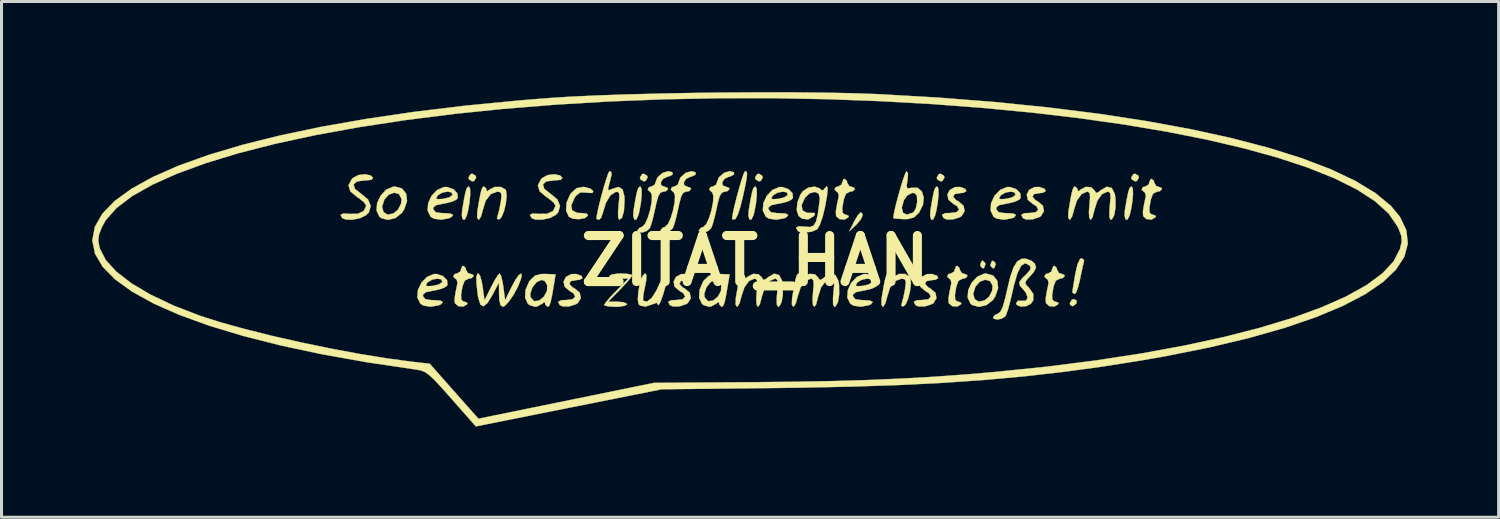
<source format=kicad_pcb>
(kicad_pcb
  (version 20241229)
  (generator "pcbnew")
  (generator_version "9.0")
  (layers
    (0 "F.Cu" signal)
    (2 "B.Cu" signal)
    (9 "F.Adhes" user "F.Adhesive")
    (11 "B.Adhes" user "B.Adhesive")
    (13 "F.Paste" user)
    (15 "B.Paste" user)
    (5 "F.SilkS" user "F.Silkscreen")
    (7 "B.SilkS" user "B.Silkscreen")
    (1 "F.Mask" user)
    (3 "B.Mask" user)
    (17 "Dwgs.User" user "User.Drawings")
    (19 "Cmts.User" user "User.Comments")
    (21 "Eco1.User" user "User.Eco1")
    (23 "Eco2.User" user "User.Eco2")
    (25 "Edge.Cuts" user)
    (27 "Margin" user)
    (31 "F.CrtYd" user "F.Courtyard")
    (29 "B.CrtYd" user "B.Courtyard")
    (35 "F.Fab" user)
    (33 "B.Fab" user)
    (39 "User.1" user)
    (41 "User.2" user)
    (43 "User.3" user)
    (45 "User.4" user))
  (footprint "ZITAT_HAN"
    (layer "F.Cu")
    (at 21.934 5.577)
    (property "Reference" "ZITAT_HAN" (at 0 0 0) (layer "F.SilkS") (effects (font (size 1.524 1.524) (thickness 0.3))))
    (attr through_hole)
    (fp_poly (pts (xy 10.641 1.319) (xy 10.626 1.421) (xy 10.515 1.505) (xy 10.428 1.468) (xy 10.414 1.404) (xy 10.482 1.287) (xy 10.548 1.27) (xy 10.641 1.319)) (stroke (width 0.01) (type solid)) (fill yes) (layer "F.SilkS"))
    (fp_poly (pts (xy -9.243 -2.811) (xy -9.229 -2.752) (xy -9.296 -2.639) (xy -9.356 -2.625) (xy -9.468 -2.692) (xy -9.483 -2.752) (xy -9.415 -2.864) (xy -9.356 -2.879) (xy -9.243 -2.811)) (stroke (width 0.01) (type solid)) (fill yes) (layer "F.SilkS"))
    (fp_poly (pts (xy -3.571 -2.811) (xy -3.556 -2.752) (xy -3.624 -2.639) (xy -3.683 -2.625) (xy -3.795 -2.692) (xy -3.81 -2.752) (xy -3.742 -2.864) (xy -3.683 -2.879) (xy -3.571 -2.811)) (stroke (width 0.01) (type solid)) (fill yes) (layer "F.SilkS"))
    (fp_poly (pts (xy 0.239 -2.811) (xy 0.254 -2.752) (xy 0.186 -2.639) (xy 0.127 -2.625) (xy 0.015 -2.692) (xy 0 -2.752) (xy 0.068 -2.864) (xy 0.127 -2.879) (xy 0.239 -2.811)) (stroke (width 0.01) (type solid)) (fill yes) (layer "F.SilkS"))
    (fp_poly (pts (xy 6.251 -2.811) (xy 6.265 -2.752) (xy 6.198 -2.639) (xy 6.138 -2.625) (xy 6.026 -2.692) (xy 6.011 -2.752) (xy 6.079 -2.864) (xy 6.138 -2.879) (xy 6.251 -2.811)) (stroke (width 0.01) (type solid)) (fill yes) (layer "F.SilkS"))
    (fp_poly (pts (xy 7.61 0.069) (xy 7.62 0.127) (xy 7.574 0.24) (xy 7.535 0.254) (xy 7.46 0.185) (xy 7.451 0.127) (xy 7.496 0.014) (xy 7.535 0) (xy 7.61 0.069)) (stroke (width 0.01) (type solid)) (fill yes) (layer "F.SilkS"))
    (fp_poly (pts (xy 7.949 0.069) (xy 7.959 0.127) (xy 7.913 0.24) (xy 7.874 0.254) (xy 7.799 0.185) (xy 7.789 0.127) (xy 7.835 0.014) (xy 7.874 0) (xy 7.949 0.069)) (stroke (width 0.01) (type solid)) (fill yes) (layer "F.SilkS"))
    (fp_poly (pts (xy 12.685 -2.811) (xy 12.7 -2.752) (xy 12.632 -2.639) (xy 12.573 -2.625) (xy 12.461 -2.692) (xy 12.446 -2.752) (xy 12.514 -2.864) (xy 12.573 -2.879) (xy 12.685 -2.811)) (stroke (width 0.01) (type solid)) (fill yes) (layer "F.SilkS"))
    (fp_poly (pts (xy 3.552 -1.553) (xy 3.556 -1.496) (xy 3.498 -1.367) (xy 3.358 -1.2) (xy 3.336 -1.179) (xy 3.116 -0.974) (xy 3.273 -1.289) (xy 3.403 -1.512) (xy 3.5 -1.603) (xy 3.552 -1.553)) (stroke (width 0.01) (type solid)) (fill yes) (layer "F.SilkS"))
    (fp_poly (pts (xy -9.429 -2.381) (xy -9.425 -2.189) (xy -9.449 -1.93) (xy -9.498 -1.651) (xy -9.536 -1.503) (xy -9.605 -1.361) (xy -9.668 -1.364) (xy -9.703 -1.486) (xy -9.692 -1.672) (xy -9.629 -2.043) (xy -9.581 -2.276) (xy -9.538 -2.402) (xy -9.493 -2.451) (xy -9.466 -2.455) (xy -9.429 -2.381)) (stroke (width 0.01) (type solid)) (fill yes) (layer "F.SilkS"))
    (fp_poly (pts (xy -3.757 -2.381) (xy -3.752 -2.189) (xy -3.776 -1.93) (xy -3.825 -1.651) (xy -3.863 -1.503) (xy -3.932 -1.361) (xy -3.996 -1.364) (xy -4.031 -1.486) (xy -4.02 -1.672) (xy -3.957 -2.043) (xy -3.908 -2.276) (xy -3.866 -2.402) (xy -3.82 -2.451) (xy -3.794 -2.455) (xy -3.757 -2.381)) (stroke (width 0.01) (type solid)) (fill yes) (layer "F.SilkS"))
    (fp_poly (pts (xy 0.053 -2.381) (xy 0.058 -2.189) (xy 0.034 -1.93) (xy -0.015 -1.651) (xy -0.053 -1.503) (xy -0.122 -1.361) (xy -0.186 -1.364) (xy -0.221 -1.486) (xy -0.21 -1.672) (xy -0.147 -2.043) (xy -0.098 -2.276) (xy -0.056 -2.402) (xy -0.01 -2.451) (xy 0.016 -2.455) (xy 0.053 -2.381)) (stroke (width 0.01) (type solid)) (fill yes) (layer "F.SilkS"))
    (fp_poly (pts (xy 6.065 -2.381) (xy 6.069 -2.189) (xy 6.045 -1.93) (xy 5.996 -1.651) (xy 5.958 -1.503) (xy 5.889 -1.361) (xy 5.826 -1.364) (xy 5.791 -1.486) (xy 5.802 -1.672) (xy 5.865 -2.043) (xy 5.913 -2.276) (xy 5.956 -2.402) (xy 6.001 -2.451) (xy 6.028 -2.455) (xy 6.065 -2.381)) (stroke (width 0.01) (type solid)) (fill yes) (layer "F.SilkS"))
    (fp_poly (pts (xy 12.499 -2.381) (xy 12.504 -2.189) (xy 12.48 -1.93) (xy 12.431 -1.651) (xy 12.393 -1.503) (xy 12.324 -1.361) (xy 12.26 -1.364) (xy 12.225 -1.486) (xy 12.236 -1.672) (xy 12.299 -2.043) (xy 12.348 -2.276) (xy 12.39 -2.402) (xy 12.436 -2.451) (xy 12.462 -2.455) (xy 12.499 -2.381)) (stroke (width 0.01) (type solid)) (fill yes) (layer "F.SilkS"))
    (fp_poly (pts (xy 10.885 -0.026) (xy 10.882 0.021) (xy 10.848 0.158) (xy 10.795 0.401) (xy 10.752 0.614) (xy 10.688 0.874) (xy 10.622 1.051) (xy 10.577 1.101) (xy 10.5 1.054) (xy 10.499 1.044) (xy 10.512 0.937) (xy 10.548 0.714) (xy 10.592 0.451) (xy 10.668 0.117) (xy 10.752 -0.058) (xy 10.801 -0.085) (xy 10.885 -0.026)) (stroke (width 0.01) (type solid)) (fill yes) (layer "F.SilkS"))
    (fp_poly (pts (xy -0.284 -2.948) (xy -0.265 -2.882) (xy -0.278 -2.738) (xy -0.324 -2.488) (xy -0.407 -2.102) (xy -0.412 -2.08) (xy -0.493 -1.764) (xy -0.575 -1.518) (xy -0.646 -1.386) (xy -0.661 -1.374) (xy -0.754 -1.37) (xy -0.762 -1.384) (xy -0.741 -1.538) (xy -0.688 -1.788) (xy -0.612 -2.091) (xy -0.527 -2.403) (xy -0.445 -2.681) (xy -0.376 -2.882) (xy -0.332 -2.963) (xy -0.331 -2.963) (xy -0.284 -2.948)) (stroke (width 0.01) (type solid)) (fill yes) (layer "F.SilkS"))
    (fp_poly (pts (xy -5.745 0.498) (xy -5.708 0.577) (xy -5.809 0.633) (xy -5.896 0.638) (xy -6.095 0.673) (xy -6.147 0.764) (xy -6.042 0.878) (xy -5.971 0.915) (xy -5.802 1.058) (xy -5.766 1.239) (xy -5.868 1.402) (xy -5.921 1.436) (xy -6.145 1.511) (xy -6.358 1.514) (xy -6.463 1.468) (xy -6.517 1.359) (xy -6.413 1.305) (xy -6.253 1.3) (xy -6.036 1.273) (xy -5.953 1.186) (xy -6.017 1.072) (xy -6.132 1.004) (xy -6.3 0.863) (xy -6.337 0.691) (xy -6.258 0.535) (xy -6.083 0.442) (xy -5.917 0.438) (xy -5.745 0.498)) (stroke (width 0.01) (type solid)) (fill yes) (layer "F.SilkS"))
    (fp_poly (pts (xy -5.648 -2.439) (xy -5.455 -2.39) (xy -5.355 -2.308) (xy -5.355 -2.308) (xy -5.381 -2.241) (xy -5.541 -2.247) (xy -5.573 -2.253) (xy -5.778 -2.262) (xy -5.919 -2.157) (xy -5.968 -2.088) (xy -6.082 -1.838) (xy -6.053 -1.666) (xy -5.887 -1.584) (xy -5.771 -1.579) (xy -5.576 -1.563) (xy -5.526 -1.496) (xy -5.527 -1.495) (xy -5.631 -1.411) (xy -5.823 -1.374) (xy -6.028 -1.389) (xy -6.16 -1.452) (xy -6.254 -1.656) (xy -6.239 -1.922) (xy -6.119 -2.192) (xy -6.086 -2.237) (xy -5.905 -2.403) (xy -5.69 -2.442) (xy -5.648 -2.439)) (stroke (width 0.01) (type solid)) (fill yes) (layer "F.SilkS"))
    (fp_poly (pts (xy -2.104 0.498) (xy -2.067 0.577) (xy -2.169 0.633) (xy -2.255 0.638) (xy -2.454 0.673) (xy -2.506 0.764) (xy -2.401 0.878) (xy -2.331 0.915) (xy -2.161 1.058) (xy -2.125 1.239) (xy -2.227 1.402) (xy -2.28 1.436) (xy -2.505 1.511) (xy -2.718 1.514) (xy -2.822 1.468) (xy -2.876 1.359) (xy -2.773 1.305) (xy -2.613 1.3) (xy -2.395 1.273) (xy -2.313 1.186) (xy -2.377 1.072) (xy -2.491 1.004) (xy -2.66 0.863) (xy -2.696 0.691) (xy -2.617 0.535) (xy -2.442 0.442) (xy -2.276 0.438) (xy -2.104 0.498)) (stroke (width 0.01) (type solid)) (fill yes) (layer "F.SilkS"))
    (fp_poly (pts (xy 6.024 0.498) (xy 6.061 0.577) (xy 5.959 0.633) (xy 5.873 0.638) (xy 5.674 0.673) (xy 5.622 0.764) (xy 5.727 0.878) (xy 5.797 0.915) (xy 5.967 1.058) (xy 6.003 1.239) (xy 5.901 1.402) (xy 5.848 1.436) (xy 5.623 1.511) (xy 5.41 1.514) (xy 5.306 1.468) (xy 5.252 1.359) (xy 5.355 1.305) (xy 5.515 1.3) (xy 5.733 1.273) (xy 5.815 1.186) (xy 5.751 1.072) (xy 5.637 1.004) (xy 5.468 0.863) (xy 5.432 0.691) (xy 5.511 0.535) (xy 5.686 0.442) (xy 5.852 0.438) (xy 6.024 0.498)) (stroke (width 0.01) (type solid)) (fill yes) (layer "F.SilkS"))
    (fp_poly (pts (xy 6.955 -2.381) (xy 6.992 -2.302) (xy 6.891 -2.246) (xy 6.804 -2.24) (xy 6.605 -2.206) (xy 6.553 -2.115) (xy 6.658 -2.001) (xy 6.729 -1.964) (xy 6.898 -1.82) (xy 6.934 -1.64) (xy 6.832 -1.477) (xy 6.779 -1.442) (xy 6.555 -1.368) (xy 6.342 -1.364) (xy 6.237 -1.411) (xy 6.183 -1.519) (xy 6.287 -1.574) (xy 6.447 -1.579) (xy 6.664 -1.606) (xy 6.747 -1.692) (xy 6.683 -1.806) (xy 6.568 -1.875) (xy 6.4 -2.016) (xy 6.363 -2.188) (xy 6.442 -2.344) (xy 6.617 -2.437) (xy 6.783 -2.441) (xy 6.955 -2.381)) (stroke (width 0.01) (type solid)) (fill yes) (layer "F.SilkS"))
    (fp_poly (pts (xy 9.58 -2.381) (xy 9.617 -2.302) (xy 9.515 -2.246) (xy 9.429 -2.24) (xy 9.23 -2.206) (xy 9.178 -2.115) (xy 9.283 -2.001) (xy 9.353 -1.964) (xy 9.523 -1.82) (xy 9.559 -1.64) (xy 9.457 -1.477) (xy 9.404 -1.442) (xy 9.179 -1.368) (xy 8.966 -1.364) (xy 8.862 -1.411) (xy 8.808 -1.519) (xy 8.911 -1.574) (xy 9.071 -1.579) (xy 9.289 -1.606) (xy 9.371 -1.692) (xy 9.307 -1.806) (xy 9.193 -1.875) (xy 9.024 -2.016) (xy 8.988 -2.188) (xy 9.067 -2.344) (xy 9.242 -2.437) (xy 9.408 -2.441) (xy 9.58 -2.381)) (stroke (width 0.01) (type solid)) (fill yes) (layer "F.SilkS"))
    (fp_poly (pts (xy -4.218 0.435) (xy -4.081 0.466) (xy -4.064 0.484) (xy -4.119 0.571) (xy -4.264 0.739) (xy -4.463 0.95) (xy -4.862 1.355) (xy -4.548 1.355) (xy -4.345 1.375) (xy -4.238 1.425) (xy -4.233 1.439) (xy -4.309 1.49) (xy -4.5 1.52) (xy -4.614 1.524) (xy -4.842 1.512) (xy -4.978 1.481) (xy -4.995 1.463) (xy -4.94 1.377) (xy -4.796 1.208) (xy -4.596 0.998) (xy -4.197 0.593) (xy -4.512 0.593) (xy -4.715 0.573) (xy -4.821 0.523) (xy -4.826 0.508) (xy -4.75 0.458) (xy -4.559 0.427) (xy -4.445 0.423) (xy -4.218 0.435)) (stroke (width 0.01) (type solid)) (fill yes) (layer "F.SilkS"))
    (fp_poly (pts (xy -11.681 -2.39) (xy -11.544 -2.217) (xy -11.516 -1.976) (xy -11.607 -1.703) (xy -11.69 -1.578) (xy -11.902 -1.411) (xy -12.151 -1.352) (xy -12.376 -1.413) (xy -12.429 -1.456) (xy -12.526 -1.659) (xy -12.516 -1.782) (xy -12.342 -1.782) (xy -12.292 -1.606) (xy -12.155 -1.525) (xy -11.966 -1.566) (xy -11.817 -1.686) (xy -11.714 -1.886) (xy -11.698 -2.046) (xy -11.783 -2.205) (xy -11.941 -2.251) (xy -12.121 -2.186) (xy -12.266 -2.024) (xy -12.342 -1.782) (xy -12.516 -1.782) (xy -12.506 -1.907) (xy -12.391 -2.152) (xy -12.208 -2.349) (xy -11.978 -2.451) (xy -11.916 -2.455) (xy -11.681 -2.39)) (stroke (width 0.01) (type solid)) (fill yes) (layer "F.SilkS"))
    (fp_poly (pts (xy 7.877 0.489) (xy 8.014 0.661) (xy 8.042 0.903) (xy 7.951 1.175) (xy 7.868 1.301) (xy 7.656 1.468) (xy 7.407 1.526) (xy 7.182 1.465) (xy 7.129 1.422) (xy 7.032 1.22) (xy 7.042 1.097) (xy 7.216 1.097) (xy 7.266 1.272) (xy 7.403 1.354) (xy 7.592 1.313) (xy 7.741 1.192) (xy 7.844 0.992) (xy 7.86 0.832) (xy 7.775 0.674) (xy 7.617 0.628) (xy 7.437 0.693) (xy 7.292 0.855) (xy 7.216 1.097) (xy 7.042 1.097) (xy 7.052 0.972) (xy 7.167 0.726) (xy 7.35 0.529) (xy 7.58 0.428) (xy 7.642 0.423) (xy 7.877 0.489)) (stroke (width 0.01) (type solid)) (fill yes) (layer "F.SilkS"))
    (fp_poly (pts (xy -3.596 0.467) (xy -3.6 0.64) (xy -3.648 0.882) (xy -3.696 1.122) (xy -3.708 1.288) (xy -3.698 1.326) (xy -3.574 1.352) (xy -3.424 1.234) (xy -3.27 0.995) (xy -3.202 0.848) (xy -3.069 0.568) (xy -2.974 0.438) (xy -2.92 0.444) (xy -2.911 0.57) (xy -2.951 0.801) (xy -3.044 1.122) (xy -3.095 1.267) (xy -3.165 1.43) (xy -3.207 1.474) (xy -3.211 1.458) (xy -3.255 1.392) (xy -3.381 1.436) (xy -3.625 1.518) (xy -3.807 1.484) (xy -3.856 1.433) (xy -3.88 1.289) (xy -3.865 1.051) (xy -3.821 0.789) (xy -3.758 0.572) (xy -3.727 0.51) (xy -3.64 0.417) (xy -3.596 0.467)) (stroke (width 0.01) (type solid)) (fill yes) (layer "F.SilkS"))
    (fp_poly (pts (xy -9.577 0.238) (xy -9.567 0.296) (xy -9.5 0.409) (xy -9.44 0.423) (xy -9.328 0.469) (xy -9.313 0.508) (xy -9.384 0.578) (xy -9.472 0.593) (xy -9.609 0.66) (xy -9.684 0.857) (xy -9.729 1.139) (xy -9.719 1.293) (xy -9.648 1.351) (xy -9.605 1.355) (xy -9.517 1.396) (xy -9.525 1.439) (xy -9.655 1.517) (xy -9.823 1.502) (xy -9.934 1.403) (xy -9.943 1.248) (xy -9.906 1.016) (xy -9.892 0.962) (xy -9.846 0.73) (xy -9.875 0.622) (xy -9.897 0.61) (xy -9.987 0.528) (xy -9.944 0.442) (xy -9.864 0.423) (xy -9.751 0.356) (xy -9.737 0.296) (xy -9.691 0.184) (xy -9.652 0.169) (xy -9.577 0.238)) (stroke (width 0.01) (type solid)) (fill yes) (layer "F.SilkS"))
    (fp_poly (pts (xy 3.038 -2.641) (xy 3.048 -2.582) (xy 3.116 -2.47) (xy 3.175 -2.455) (xy 3.288 -2.41) (xy 3.302 -2.371) (xy 3.232 -2.3) (xy 3.143 -2.286) (xy 3.007 -2.218) (xy 2.932 -2.021) (xy 2.886 -1.739) (xy 2.896 -1.586) (xy 2.968 -1.528) (xy 3.011 -1.524) (xy 3.098 -1.483) (xy 3.09 -1.439) (xy 2.961 -1.362) (xy 2.792 -1.377) (xy 2.681 -1.475) (xy 2.672 -1.631) (xy 2.71 -1.863) (xy 2.723 -1.917) (xy 2.77 -2.149) (xy 2.74 -2.257) (xy 2.718 -2.269) (xy 2.628 -2.351) (xy 2.671 -2.436) (xy 2.752 -2.455) (xy 2.864 -2.523) (xy 2.879 -2.582) (xy 2.924 -2.695) (xy 2.963 -2.709) (xy 3.038 -2.641)) (stroke (width 0.01) (type solid)) (fill yes) (layer "F.SilkS"))
    (fp_poly (pts (xy 6.764 0.238) (xy 6.773 0.296) (xy 6.841 0.409) (xy 6.9 0.423) (xy 7.013 0.469) (xy 7.027 0.508) (xy 6.957 0.578) (xy 6.869 0.593) (xy 6.732 0.66) (xy 6.657 0.857) (xy 6.612 1.139) (xy 6.622 1.293) (xy 6.693 1.351) (xy 6.736 1.355) (xy 6.824 1.396) (xy 6.816 1.439) (xy 6.686 1.517) (xy 6.518 1.502) (xy 6.406 1.403) (xy 6.398 1.248) (xy 6.435 1.016) (xy 6.449 0.962) (xy 6.495 0.73) (xy 6.466 0.622) (xy 6.444 0.61) (xy 6.354 0.528) (xy 6.396 0.442) (xy 6.477 0.423) (xy 6.589 0.356) (xy 6.604 0.296) (xy 6.65 0.184) (xy 6.689 0.169) (xy 6.764 0.238)) (stroke (width 0.01) (type solid)) (fill yes) (layer "F.SilkS"))
    (fp_poly (pts (xy 9.981 0.238) (xy 9.991 0.296) (xy 10.058 0.409) (xy 10.118 0.423) (xy 10.23 0.469) (xy 10.245 0.508) (xy 10.174 0.578) (xy 10.086 0.593) (xy 9.949 0.66) (xy 9.874 0.857) (xy 9.829 1.139) (xy 9.839 1.293) (xy 9.91 1.351) (xy 9.953 1.355) (xy 10.041 1.396) (xy 10.033 1.439) (xy 9.903 1.517) (xy 9.735 1.502) (xy 9.624 1.403) (xy 9.615 1.248) (xy 9.652 1.016) (xy 9.666 0.962) (xy 9.712 0.73) (xy 9.683 0.622) (xy 9.661 0.61) (xy 9.571 0.528) (xy 9.614 0.442) (xy 9.694 0.423) (xy 9.807 0.356) (xy 9.821 0.296) (xy 9.867 0.184) (xy 9.906 0.169) (xy 9.981 0.238)) (stroke (width 0.01) (type solid)) (fill yes) (layer "F.SilkS"))
    (fp_poly (pts (xy 13.198 -2.641) (xy 13.208 -2.582) (xy 13.276 -2.47) (xy 13.335 -2.455) (xy 13.448 -2.41) (xy 13.462 -2.371) (xy 13.392 -2.3) (xy 13.303 -2.286) (xy 13.167 -2.218) (xy 13.092 -2.021) (xy 13.046 -1.739) (xy 13.056 -1.586) (xy 13.128 -1.528) (xy 13.171 -1.524) (xy 13.258 -1.483) (xy 13.25 -1.439) (xy 13.121 -1.362) (xy 12.952 -1.377) (xy 12.841 -1.475) (xy 12.832 -1.631) (xy 12.87 -1.863) (xy 12.883 -1.917) (xy 12.93 -2.149) (xy 12.9 -2.257) (xy 12.878 -2.269) (xy 12.788 -2.351) (xy 12.831 -2.436) (xy 12.912 -2.455) (xy 13.024 -2.523) (xy 13.039 -2.582) (xy 13.084 -2.695) (xy 13.123 -2.709) (xy 13.198 -2.641)) (stroke (width 0.01) (type solid)) (fill yes) (layer "F.SilkS"))
    (fp_poly (pts (xy -12.72 -2.823) (xy -12.64 -2.742) (xy -12.692 -2.678) (xy -12.889 -2.656) (xy -12.927 -2.657) (xy -13.179 -2.623) (xy -13.285 -2.52) (xy -13.237 -2.375) (xy -13.043 -2.222) (xy -12.809 -2.03) (xy -12.718 -1.813) (xy -12.778 -1.603) (xy -12.866 -1.51) (xy -13.061 -1.412) (xy -13.309 -1.359) (xy -13.536 -1.361) (xy -13.66 -1.411) (xy -13.716 -1.518) (xy -13.622 -1.564) (xy -13.42 -1.55) (xy -13.143 -1.554) (xy -12.946 -1.649) (xy -12.869 -1.818) (xy -12.869 -1.822) (xy -12.936 -1.93) (xy -13.103 -2.066) (xy -13.166 -2.105) (xy -13.393 -2.295) (xy -13.453 -2.495) (xy -13.345 -2.701) (xy -13.3 -2.745) (xy -13.122 -2.836) (xy -12.905 -2.862) (xy -12.72 -2.823)) (stroke (width 0.01) (type solid)) (fill yes) (layer "F.SilkS"))
    (fp_poly (pts (xy -6.455 -2.823) (xy -6.374 -2.742) (xy -6.426 -2.678) (xy -6.624 -2.656) (xy -6.661 -2.657) (xy -6.914 -2.623) (xy -7.02 -2.52) (xy -6.972 -2.375) (xy -6.777 -2.222) (xy -6.544 -2.03) (xy -6.453 -1.813) (xy -6.512 -1.603) (xy -6.601 -1.51) (xy -6.796 -1.412) (xy -7.043 -1.359) (xy -7.271 -1.361) (xy -7.394 -1.411) (xy -7.451 -1.518) (xy -7.357 -1.564) (xy -7.155 -1.55) (xy -6.878 -1.554) (xy -6.681 -1.649) (xy -6.604 -1.818) (xy -6.604 -1.822) (xy -6.671 -1.93) (xy -6.838 -2.066) (xy -6.9 -2.105) (xy -7.128 -2.295) (xy -7.188 -2.495) (xy -7.08 -2.701) (xy -7.035 -2.745) (xy -6.856 -2.836) (xy -6.64 -2.862) (xy -6.455 -2.823)) (stroke (width 0.01) (type solid)) (fill yes) (layer "F.SilkS"))
    (fp_poly (pts (xy -8.895 -2.389) (xy -8.89 -2.354) (xy -8.865 -2.295) (xy -8.788 -2.354) (xy -8.616 -2.441) (xy -8.416 -2.442) (xy -8.265 -2.362) (xy -8.24 -2.319) (xy -8.22 -2.138) (xy -8.247 -1.891) (xy -8.308 -1.639) (xy -8.389 -1.444) (xy -8.459 -1.371) (xy -8.54 -1.382) (xy -8.522 -1.478) (xy -8.472 -1.655) (xy -8.421 -1.906) (xy -8.413 -1.955) (xy -8.39 -2.169) (xy -8.421 -2.264) (xy -8.524 -2.286) (xy -8.527 -2.286) (xy -8.745 -2.207) (xy -8.914 -1.983) (xy -9.01 -1.672) (xy -9.066 -1.468) (xy -9.135 -1.36) (xy -9.152 -1.355) (xy -9.197 -1.43) (xy -9.191 -1.628) (xy -9.184 -1.672) (xy -9.121 -2.044) (xy -9.073 -2.278) (xy -9.032 -2.404) (xy -8.99 -2.451) (xy -8.968 -2.455) (xy -8.895 -2.389)) (stroke (width 0.01) (type solid)) (fill yes) (layer "F.SilkS"))
    (fp_poly (pts (xy -6.602 0.451) (xy -6.651 0.755) (xy -6.713 1.123) (xy -6.761 1.354) (xy -6.803 1.477) (xy -6.847 1.521) (xy -6.865 1.524) (xy -6.938 1.457) (xy -6.943 1.422) (xy -6.968 1.363) (xy -7.044 1.422) (xy -7.211 1.513) (xy -7.281 1.524) (xy -7.459 1.468) (xy -7.518 1.422) (xy -7.61 1.223) (xy -7.602 1.089) (xy -7.437 1.089) (xy -7.425 1.214) (xy -7.312 1.339) (xy -7.147 1.318) (xy -6.991 1.192) (xy -6.886 1) (xy -6.878 0.807) (xy -6.96 0.669) (xy -7.066 0.635) (xy -7.229 0.708) (xy -7.367 0.882) (xy -7.437 1.089) (xy -7.602 1.089) (xy -7.595 0.96) (xy -7.479 0.695) (xy -7.445 0.647) (xy -7.283 0.493) (xy -7.079 0.439) (xy -6.936 0.438) (xy -6.602 0.451)) (stroke (width 0.01) (type solid)) (fill yes) (layer "F.SilkS"))
    (fp_poly (pts (xy -0.844 0.451) (xy -0.893 0.755) (xy -0.956 1.123) (xy -1.004 1.354) (xy -1.046 1.477) (xy -1.09 1.521) (xy -1.107 1.524) (xy -1.181 1.457) (xy -1.185 1.422) (xy -1.21 1.363) (xy -1.287 1.422) (xy -1.453 1.513) (xy -1.524 1.524) (xy -1.702 1.468) (xy -1.761 1.422) (xy -1.852 1.223) (xy -1.845 1.089) (xy -1.68 1.089) (xy -1.668 1.214) (xy -1.555 1.339) (xy -1.389 1.318) (xy -1.234 1.192) (xy -1.129 1) (xy -1.121 0.807) (xy -1.203 0.669) (xy -1.309 0.635) (xy -1.472 0.708) (xy -1.61 0.882) (xy -1.68 1.089) (xy -1.845 1.089) (xy -1.837 0.96) (xy -1.722 0.695) (xy -1.688 0.647) (xy -1.525 0.493) (xy -1.322 0.439) (xy -1.179 0.438) (xy -0.844 0.451)) (stroke (width 0.01) (type solid)) (fill yes) (layer "F.SilkS"))
    (fp_poly (pts (xy 4.483 0.49) (xy 4.487 0.525) (xy 4.512 0.584) (xy 4.589 0.525) (xy 4.761 0.438) (xy 4.961 0.436) (xy 5.112 0.517) (xy 5.138 0.559) (xy 5.158 0.74) (xy 5.13 0.988) (xy 5.069 1.24) (xy 4.989 1.434) (xy 4.918 1.508) (xy 4.838 1.497) (xy 4.855 1.401) (xy 4.905 1.223) (xy 4.956 0.973) (xy 4.964 0.924) (xy 4.988 0.71) (xy 4.956 0.615) (xy 4.854 0.593) (xy 4.85 0.593) (xy 4.632 0.672) (xy 4.463 0.895) (xy 4.367 1.206) (xy 4.311 1.41) (xy 4.242 1.519) (xy 4.226 1.524) (xy 4.18 1.449) (xy 4.186 1.25) (xy 4.193 1.206) (xy 4.256 0.835) (xy 4.304 0.601) (xy 4.345 0.475) (xy 4.388 0.427) (xy 4.409 0.423) (xy 4.483 0.49)) (stroke (width 0.01) (type solid)) (fill yes) (layer "F.SilkS"))
    (fp_poly (pts (xy -7.724 0.505) (xy -7.75 0.614) (xy -7.849 0.863) (xy -7.99 1.123) (xy -8.144 1.349) (xy -8.28 1.494) (xy -8.343 1.524) (xy -8.424 1.471) (xy -8.464 1.294) (xy -8.471 1.122) (xy -8.475 0.72) (xy -8.684 1.122) (xy -8.852 1.398) (xy -8.986 1.508) (xy -9.087 1.454) (xy -9.158 1.234) (xy -9.175 1.131) (xy -9.217 0.767) (xy -9.223 0.544) (xy -9.191 0.44) (xy -9.152 0.423) (xy -9.099 0.499) (xy -9.044 0.695) (xy -9.014 0.868) (xy -8.952 1.312) (xy -8.734 0.868) (xy -8.607 0.629) (xy -8.502 0.468) (xy -8.452 0.423) (xy -8.406 0.499) (xy -8.357 0.695) (xy -8.329 0.864) (xy -8.271 1.305) (xy -8.055 0.864) (xy -7.919 0.616) (xy -7.807 0.464) (xy -7.736 0.422) (xy -7.724 0.505)) (stroke (width 0.01) (type solid)) (fill yes) (layer "F.SilkS"))
    (fp_poly (pts (xy -4.757 -2.94) (xy -4.75 -2.843) (xy -4.799 -2.635) (xy -4.82 -2.561) (xy -4.865 -2.381) (xy -4.841 -2.329) (xy -4.734 -2.375) (xy -4.729 -2.377) (xy -4.517 -2.441) (xy -4.384 -2.36) (xy -4.323 -2.129) (xy -4.318 -1.999) (xy -4.34 -1.634) (xy -4.406 -1.417) (xy -4.497 -1.355) (xy -4.53 -1.431) (xy -4.534 -1.63) (xy -4.518 -1.829) (xy -4.491 -2.097) (xy -4.499 -2.235) (xy -4.549 -2.279) (xy -4.62 -2.273) (xy -4.789 -2.161) (xy -4.936 -1.915) (xy -5.036 -1.587) (xy -5.096 -1.419) (xy -5.166 -1.355) (xy -5.247 -1.383) (xy -5.249 -1.391) (xy -5.229 -1.543) (xy -5.175 -1.792) (xy -5.099 -2.094) (xy -5.014 -2.405) (xy -4.931 -2.682) (xy -4.862 -2.883) (xy -4.819 -2.963) (xy -4.818 -2.963) (xy -4.757 -2.94)) (stroke (width 0.01) (type solid)) (fill yes) (layer "F.SilkS"))
    (fp_poly (pts (xy -10.321 0.512) (xy -10.192 0.644) (xy -10.176 0.792) (xy -10.215 0.851) (xy -10.354 0.921) (xy -10.585 0.98) (xy -10.662 0.992) (xy -10.893 1.041) (xy -10.985 1.116) (xy -10.987 1.176) (xy -10.908 1.273) (xy -10.704 1.303) (xy -10.644 1.303) (xy -10.422 1.317) (xy -10.332 1.367) (xy -10.39 1.439) (xy -10.463 1.473) (xy -10.726 1.522) (xy -10.968 1.486) (xy -11.074 1.422) (xy -11.175 1.217) (xy -11.156 0.971) (xy -11.082 0.814) (xy -10.897 0.814) (xy -10.837 0.842) (xy -10.669 0.832) (xy -10.466 0.785) (xy -10.354 0.707) (xy -10.35 0.699) (xy -10.382 0.617) (xy -10.512 0.593) (xy -10.679 0.624) (xy -10.823 0.705) (xy -10.843 0.726) (xy -10.897 0.814) (xy -11.082 0.814) (xy -11.042 0.729) (xy -10.858 0.537) (xy -10.63 0.44) (xy -10.527 0.439) (xy -10.321 0.512)) (stroke (width 0.01) (type solid)) (fill yes) (layer "F.SilkS"))
    (fp_poly (pts (xy -9.982 -2.367) (xy -9.854 -2.234) (xy -9.838 -2.087) (xy -9.876 -2.028) (xy -10.015 -1.958) (xy -10.246 -1.899) (xy -10.323 -1.887) (xy -10.554 -1.838) (xy -10.646 -1.763) (xy -10.648 -1.703) (xy -10.569 -1.606) (xy -10.366 -1.575) (xy -10.305 -1.576) (xy -10.083 -1.562) (xy -9.993 -1.512) (xy -10.051 -1.44) (xy -10.125 -1.406) (xy -10.387 -1.357) (xy -10.629 -1.392) (xy -10.736 -1.456) (xy -10.837 -1.661) (xy -10.817 -1.908) (xy -10.743 -2.065) (xy -10.558 -2.065) (xy -10.499 -2.037) (xy -10.33 -2.047) (xy -10.128 -2.094) (xy -10.015 -2.172) (xy -10.011 -2.18) (xy -10.044 -2.262) (xy -10.173 -2.285) (xy -10.34 -2.255) (xy -10.484 -2.173) (xy -10.504 -2.152) (xy -10.558 -2.065) (xy -10.743 -2.065) (xy -10.703 -2.15) (xy -10.52 -2.342) (xy -10.292 -2.438) (xy -10.188 -2.44) (xy -9.982 -2.367)) (stroke (width 0.01) (type solid)) (fill yes) (layer "F.SilkS"))
    (fp_poly (pts (xy -2.732 -2.927) (xy -2.728 -2.852) (xy -2.856 -2.787) (xy -2.899 -2.779) (xy -3.041 -2.712) (xy -3.117 -2.598) (xy -3.108 -2.494) (xy -3.012 -2.455) (xy -2.895 -2.411) (xy -2.879 -2.371) (xy -2.949 -2.3) (xy -3.037 -2.286) (xy -3.133 -2.252) (xy -3.206 -2.129) (xy -3.273 -1.883) (xy -3.299 -1.757) (xy -3.367 -1.454) (xy -3.436 -1.203) (xy -3.483 -1.079) (xy -3.592 -0.979) (xy -3.742 -0.932) (xy -3.864 -0.949) (xy -3.895 -1.006) (xy -3.825 -1.087) (xy -3.739 -1.122) (xy -3.645 -1.216) (xy -3.553 -1.416) (xy -3.475 -1.671) (xy -3.424 -1.932) (xy -3.412 -2.146) (xy -3.451 -2.263) (xy -3.463 -2.269) (xy -3.552 -2.351) (xy -3.51 -2.436) (xy -3.429 -2.455) (xy -3.317 -2.52) (xy -3.302 -2.576) (xy -3.23 -2.758) (xy -3.059 -2.907) (xy -2.873 -2.963) (xy -2.732 -2.927)) (stroke (width 0.01) (type solid)) (fill yes) (layer "F.SilkS"))
    (fp_poly (pts (xy -1.97 -2.927) (xy -1.966 -2.852) (xy -2.094 -2.787) (xy -2.137 -2.779) (xy -2.279 -2.712) (xy -2.355 -2.598) (xy -2.346 -2.494) (xy -2.25 -2.455) (xy -2.133 -2.411) (xy -2.117 -2.371) (xy -2.187 -2.3) (xy -2.275 -2.286) (xy -2.371 -2.252) (xy -2.444 -2.129) (xy -2.511 -1.883) (xy -2.537 -1.757) (xy -2.605 -1.454) (xy -2.674 -1.203) (xy -2.721 -1.079) (xy -2.83 -0.979) (xy -2.98 -0.932) (xy -3.102 -0.949) (xy -3.133 -1.006) (xy -3.063 -1.087) (xy -2.977 -1.122) (xy -2.883 -1.216) (xy -2.791 -1.416) (xy -2.713 -1.671) (xy -2.662 -1.932) (xy -2.65 -2.146) (xy -2.689 -2.263) (xy -2.701 -2.269) (xy -2.79 -2.351) (xy -2.748 -2.436) (xy -2.667 -2.455) (xy -2.555 -2.52) (xy -2.54 -2.576) (xy -2.468 -2.758) (xy -2.297 -2.907) (xy -2.111 -2.963) (xy -1.97 -2.927)) (stroke (width 0.01) (type solid)) (fill yes) (layer "F.SilkS"))
    (fp_poly (pts (xy -0.7 -2.927) (xy -0.696 -2.852) (xy -0.824 -2.787) (xy -0.867 -2.779) (xy -1.009 -2.712) (xy -1.085 -2.598) (xy -1.076 -2.494) (xy -0.98 -2.455) (xy -0.863 -2.411) (xy -0.847 -2.371) (xy -0.917 -2.3) (xy -1.005 -2.286) (xy -1.101 -2.252) (xy -1.174 -2.129) (xy -1.241 -1.883) (xy -1.267 -1.757) (xy -1.335 -1.454) (xy -1.404 -1.203) (xy -1.451 -1.079) (xy -1.56 -0.979) (xy -1.71 -0.932) (xy -1.832 -0.949) (xy -1.863 -1.006) (xy -1.793 -1.087) (xy -1.707 -1.122) (xy -1.613 -1.216) (xy -1.521 -1.416) (xy -1.443 -1.671) (xy -1.392 -1.932) (xy -1.38 -2.146) (xy -1.419 -2.263) (xy -1.431 -2.269) (xy -1.52 -2.351) (xy -1.478 -2.436) (xy -1.397 -2.455) (xy -1.285 -2.52) (xy -1.27 -2.576) (xy -1.198 -2.758) (xy -1.027 -2.907) (xy -0.841 -2.963) (xy -0.7 -2.927)) (stroke (width 0.01) (type solid)) (fill yes) (layer "F.SilkS"))
    (fp_poly (pts (xy 1.109 -2.367) (xy 1.238 -2.234) (xy 1.254 -2.087) (xy 1.215 -2.028) (xy 1.076 -1.958) (xy 0.845 -1.899) (xy 0.768 -1.887) (xy 0.537 -1.838) (xy 0.445 -1.763) (xy 0.443 -1.703) (xy 0.522 -1.606) (xy 0.726 -1.575) (xy 0.786 -1.576) (xy 1.008 -1.562) (xy 1.098 -1.512) (xy 1.04 -1.44) (xy 0.967 -1.406) (xy 0.704 -1.357) (xy 0.462 -1.392) (xy 0.356 -1.456) (xy 0.255 -1.661) (xy 0.274 -1.908) (xy 0.348 -2.065) (xy 0.533 -2.065) (xy 0.593 -2.037) (xy 0.761 -2.047) (xy 0.964 -2.094) (xy 1.076 -2.172) (xy 1.08 -2.18) (xy 1.048 -2.262) (xy 0.918 -2.285) (xy 0.751 -2.255) (xy 0.607 -2.173) (xy 0.587 -2.152) (xy 0.533 -2.065) (xy 0.348 -2.065) (xy 0.388 -2.15) (xy 0.572 -2.342) (xy 0.8 -2.438) (xy 0.903 -2.44) (xy 1.109 -2.367)) (stroke (width 0.01) (type solid)) (fill yes) (layer "F.SilkS"))
    (fp_poly (pts (xy 3.903 0.512) (xy 4.032 0.644) (xy 4.048 0.792) (xy 4.009 0.851) (xy 3.87 0.921) (xy 3.639 0.98) (xy 3.562 0.992) (xy 3.331 1.041) (xy 3.239 1.116) (xy 3.237 1.176) (xy 3.316 1.273) (xy 3.52 1.303) (xy 3.58 1.303) (xy 3.802 1.317) (xy 3.892 1.367) (xy 3.834 1.439) (xy 3.761 1.473) (xy 3.498 1.522) (xy 3.256 1.486) (xy 3.15 1.422) (xy 3.049 1.217) (xy 3.068 0.971) (xy 3.142 0.814) (xy 3.327 0.814) (xy 3.387 0.842) (xy 3.555 0.832) (xy 3.758 0.785) (xy 3.87 0.707) (xy 3.874 0.699) (xy 3.842 0.617) (xy 3.712 0.593) (xy 3.545 0.624) (xy 3.401 0.705) (xy 3.381 0.726) (xy 3.327 0.814) (xy 3.142 0.814) (xy 3.182 0.729) (xy 3.366 0.537) (xy 3.594 0.44) (xy 3.697 0.439) (xy 3.903 0.512)) (stroke (width 0.01) (type solid)) (fill yes) (layer "F.SilkS"))
    (fp_poly (pts (xy 8.645 -2.367) (xy 8.773 -2.234) (xy 8.789 -2.087) (xy 8.75 -2.028) (xy 8.611 -1.958) (xy 8.381 -1.899) (xy 8.304 -1.887) (xy 8.072 -1.838) (xy 7.98 -1.763) (xy 7.979 -1.703) (xy 8.058 -1.606) (xy 8.261 -1.575) (xy 8.321 -1.576) (xy 8.543 -1.562) (xy 8.633 -1.512) (xy 8.576 -1.44) (xy 8.502 -1.406) (xy 8.24 -1.357) (xy 7.998 -1.392) (xy 7.891 -1.456) (xy 7.79 -1.661) (xy 7.809 -1.908) (xy 7.883 -2.065) (xy 8.068 -2.065) (xy 8.128 -2.037) (xy 8.296 -2.047) (xy 8.499 -2.094) (xy 8.612 -2.172) (xy 8.615 -2.18) (xy 8.583 -2.262) (xy 8.453 -2.285) (xy 8.286 -2.255) (xy 8.142 -2.173) (xy 8.123 -2.152) (xy 8.068 -2.065) (xy 7.883 -2.065) (xy 7.923 -2.15) (xy 8.107 -2.342) (xy 8.335 -2.438) (xy 8.439 -2.44) (xy 8.645 -2.367)) (stroke (width 0.01) (type solid)) (fill yes) (layer "F.SilkS"))
    (fp_poly (pts (xy 5.06 -2.889) (xy 5.046 -2.684) (xy 5.042 -2.66) (xy 5.013 -2.463) (xy 5.043 -2.392) (xy 5.149 -2.408) (xy 5.164 -2.413) (xy 5.374 -2.415) (xy 5.517 -2.297) (xy 5.581 -2.095) (xy 5.555 -1.848) (xy 5.426 -1.595) (xy 5.416 -1.582) (xy 5.256 -1.431) (xy 5.052 -1.378) (xy 4.908 -1.377) (xy 4.697 -1.39) (xy 4.58 -1.404) (xy 4.572 -1.409) (xy 4.593 -1.564) (xy 4.636 -1.756) (xy 4.854 -1.756) (xy 4.895 -1.586) (xy 5.029 -1.525) (xy 5.235 -1.598) (xy 5.236 -1.598) (xy 5.317 -1.726) (xy 5.362 -1.939) (xy 5.363 -1.957) (xy 5.354 -2.156) (xy 5.284 -2.235) (xy 5.208 -2.244) (xy 5.042 -2.167) (xy 4.926 -2.006) (xy 4.854 -1.756) (xy 4.636 -1.756) (xy 4.649 -1.814) (xy 4.727 -2.115) (xy 4.814 -2.423) (xy 4.899 -2.697) (xy 4.97 -2.891) (xy 5.012 -2.963) (xy 5.06 -2.889)) (stroke (width 0.01) (type solid)) (fill yes) (layer "F.SilkS"))
    (fp_poly (pts (xy 2.402 -2.397) (xy 2.383 -2.166) (xy 2.315 -1.779) (xy 2.314 -1.778) (xy 2.235 -1.453) (xy 2.144 -1.193) (xy 2.059 -1.045) (xy 2.051 -1.037) (xy 1.873 -0.961) (xy 1.648 -0.932) (xy 1.459 -0.958) (xy 1.411 -0.988) (xy 1.354 -1.095) (xy 1.448 -1.141) (xy 1.649 -1.127) (xy 1.817 -1.116) (xy 1.934 -1.163) (xy 2.016 -1.294) (xy 2.075 -1.535) (xy 2.125 -1.911) (xy 2.142 -2.074) (xy 2.101 -2.224) (xy 1.971 -2.276) (xy 1.804 -2.231) (xy 1.651 -2.086) (xy 1.649 -2.084) (xy 1.541 -1.84) (xy 1.566 -1.667) (xy 1.717 -1.585) (xy 1.809 -1.583) (xy 1.966 -1.582) (xy 1.982 -1.53) (xy 1.944 -1.477) (xy 1.758 -1.366) (xy 1.549 -1.394) (xy 1.439 -1.482) (xy 1.377 -1.671) (xy 1.4 -1.929) (xy 1.498 -2.185) (xy 1.58 -2.302) (xy 1.759 -2.418) (xy 1.968 -2.452) (xy 2.134 -2.397) (xy 2.165 -2.362) (xy 2.24 -2.322) (xy 2.292 -2.38) (xy 2.372 -2.469) (xy 2.402 -2.397)) (stroke (width 0.01) (type solid)) (fill yes) (layer "F.SilkS"))
    (fp_poly (pts (xy -0.343 0.49) (xy -0.339 0.525) (xy -0.314 0.584) (xy -0.237 0.525) (xy -0.063 0.434) (xy 0.117 0.448) (xy 0.225 0.554) (xy 0.278 0.638) (xy 0.365 0.601) (xy 0.427 0.547) (xy 0.632 0.429) (xy 0.794 0.471) (xy 0.895 0.661) (xy 0.916 0.797) (xy 0.919 1.116) (xy 0.879 1.366) (xy 0.804 1.507) (xy 0.76 1.524) (xy 0.718 1.446) (xy 0.715 1.227) (xy 0.731 1.058) (xy 0.754 0.786) (xy 0.74 0.643) (xy 0.682 0.594) (xy 0.66 0.593) (xy 0.477 0.671) (xy 0.322 0.884) (xy 0.221 1.194) (xy 0.219 1.206) (xy 0.157 1.444) (xy 0.097 1.526) (xy 0.053 1.464) (xy 0.038 1.271) (xy 0.053 1.058) (xy 0.077 0.786) (xy 0.063 0.643) (xy 0.005 0.594) (xy -0.018 0.593) (xy -0.201 0.671) (xy -0.355 0.884) (xy -0.456 1.194) (xy -0.459 1.206) (xy -0.515 1.41) (xy -0.584 1.519) (xy -0.6 1.524) (xy -0.646 1.449) (xy -0.64 1.25) (xy -0.633 1.206) (xy -0.57 0.835) (xy -0.522 0.601) (xy -0.481 0.475) (xy -0.438 0.427) (xy -0.417 0.423) (xy -0.343 0.49)) (stroke (width 0.01) (type solid)) (fill yes) (layer "F.SilkS"))
    (fp_poly (pts (xy 1.519 0.49) (xy 1.524 0.525) (xy 1.549 0.584) (xy 1.626 0.525) (xy 1.799 0.434) (xy 1.98 0.448) (xy 2.087 0.554) (xy 2.141 0.638) (xy 2.227 0.601) (xy 2.29 0.547) (xy 2.495 0.429) (xy 2.656 0.471) (xy 2.757 0.661) (xy 2.779 0.797) (xy 2.782 1.116) (xy 2.742 1.366) (xy 2.666 1.507) (xy 2.622 1.524) (xy 2.58 1.446) (xy 2.578 1.227) (xy 2.593 1.058) (xy 2.617 0.786) (xy 2.603 0.643) (xy 2.545 0.594) (xy 2.522 0.593) (xy 2.339 0.671) (xy 2.185 0.884) (xy 2.084 1.194) (xy 2.081 1.206) (xy 2.02 1.444) (xy 1.96 1.526) (xy 1.915 1.464) (xy 1.901 1.271) (xy 1.916 1.058) (xy 1.94 0.786) (xy 1.926 0.643) (xy 1.868 0.594) (xy 1.845 0.593) (xy 1.662 0.671) (xy 1.507 0.884) (xy 1.406 1.194) (xy 1.404 1.206) (xy 1.348 1.41) (xy 1.279 1.519) (xy 1.262 1.524) (xy 1.217 1.449) (xy 1.223 1.25) (xy 1.23 1.206) (xy 1.293 0.835) (xy 1.341 0.601) (xy 1.382 0.475) (xy 1.424 0.427) (xy 1.446 0.423) (xy 1.519 0.49)) (stroke (width 0.01) (type solid)) (fill yes) (layer "F.SilkS"))
    (fp_poly (pts (xy 9.152 0.004) (xy 9.26 0.103) (xy 9.296 0.227) (xy 9.225 0.37) (xy 9.119 0.49) (xy 8.974 0.65) (xy 8.937 0.745) (xy 9 0.834) (xy 9.058 0.887) (xy 9.207 1.101) (xy 9.202 1.313) (xy 9.127 1.422) (xy 8.975 1.504) (xy 8.798 1.519) (xy 8.666 1.47) (xy 8.636 1.405) (xy 8.699 1.321) (xy 8.796 1.328) (xy 8.962 1.322) (xy 9.019 1.217) (xy 8.955 1.051) (xy 8.899 0.983) (xy 8.764 0.825) (xy 8.741 0.711) (xy 8.835 0.581) (xy 8.951 0.471) (xy 9.095 0.314) (xy 9.116 0.209) (xy 9.076 0.152) (xy 8.935 0.081) (xy 8.804 0.165) (xy 8.682 0.408) (xy 8.564 0.815) (xy 8.527 0.98) (xy 8.446 1.327) (xy 8.367 1.616) (xy 8.301 1.803) (xy 8.279 1.841) (xy 8.153 1.921) (xy 7.998 1.946) (xy 7.888 1.91) (xy 7.874 1.873) (xy 7.944 1.791) (xy 8.026 1.758) (xy 8.116 1.69) (xy 8.198 1.52) (xy 8.281 1.222) (xy 8.329 1.007) (xy 8.442 0.537) (xy 8.553 0.215) (xy 8.675 0.022) (xy 8.819 -0.063) (xy 8.95 -0.069) (xy 9.152 0.004)) (stroke (width 0.01) (type solid)) (fill yes) (layer "F.SilkS"))
    (fp_poly (pts (xy 10.663 -2.389) (xy 10.668 -2.354) (xy 10.693 -2.295) (xy 10.77 -2.354) (xy 10.943 -2.445) (xy 11.124 -2.43) (xy 11.231 -2.325) (xy 11.285 -2.241) (xy 11.371 -2.278) (xy 11.434 -2.332) (xy 11.639 -2.449) (xy 11.8 -2.408) (xy 11.901 -2.218) (xy 11.923 -2.082) (xy 11.926 -1.763) (xy 11.886 -1.513) (xy 11.81 -1.372) (xy 11.766 -1.355) (xy 11.724 -1.433) (xy 11.722 -1.652) (xy 11.737 -1.82) (xy 11.761 -2.093) (xy 11.747 -2.236) (xy 11.689 -2.284) (xy 11.666 -2.286) (xy 11.483 -2.207) (xy 11.329 -1.995) (xy 11.228 -1.685) (xy 11.225 -1.672) (xy 11.164 -1.434) (xy 11.104 -1.353) (xy 11.059 -1.415) (xy 11.045 -1.608) (xy 11.06 -1.82) (xy 11.084 -2.093) (xy 11.07 -2.236) (xy 11.012 -2.284) (xy 10.989 -2.286) (xy 10.806 -2.207) (xy 10.651 -1.995) (xy 10.55 -1.685) (xy 10.548 -1.672) (xy 10.492 -1.468) (xy 10.423 -1.36) (xy 10.406 -1.355) (xy 10.361 -1.43) (xy 10.367 -1.628) (xy 10.374 -1.672) (xy 10.437 -2.044) (xy 10.485 -2.278) (xy 10.526 -2.404) (xy 10.568 -2.451) (xy 10.59 -2.455) (xy 10.663 -2.389)) (stroke (width 0.01) (type solid)) (fill yes) (layer "F.SilkS"))
    (fp_poly (pts (xy 1.28 -5.571) (xy 2.3 -5.561) (xy 3.222 -5.542) (xy 4.017 -5.515) (xy 4.106 -5.511) (xy 6.053 -5.399) (xy 7.918 -5.253) (xy 9.692 -5.073) (xy 11.37 -4.863) (xy 12.946 -4.622) (xy 14.411 -4.353) (xy 15.761 -4.058) (xy 16.987 -3.738) (xy 18.083 -3.394) (xy 19.043 -3.028) (xy 19.86 -2.642) (xy 20.527 -2.237) (xy 21.038 -1.815) (xy 21.336 -1.455) (xy 21.55 -1.007) (xy 21.598 -0.565) (xy 21.482 -0.131) (xy 21.206 0.293) (xy 20.773 0.707) (xy 20.185 1.108) (xy 19.446 1.495) (xy 18.559 1.866) (xy 17.526 2.22) (xy 16.35 2.554) (xy 15.036 2.867) (xy 13.584 3.158) (xy 12.785 3.298) (xy 11.489 3.503) (xy 10.212 3.677) (xy 8.928 3.823) (xy 7.611 3.943) (xy 6.235 4.039) (xy 4.775 4.112) (xy 3.206 4.165) (xy 1.502 4.2) (xy 0.931 4.207) (xy -3.09 4.253) (xy -6.165 4.867) (xy -9.24 5.481) (xy -10.047 4.565) (xy -10.367 4.204) (xy -10.603 3.951) (xy -10.78 3.785) (xy -10.923 3.685) (xy -11.06 3.63) (xy -11.214 3.6) (xy -11.248 3.596) (xy -12.841 3.36) (xy -14.324 3.096) (xy -15.693 2.804) (xy -16.94 2.488) (xy -18.061 2.15) (xy -19.051 1.791) (xy -19.904 1.414) (xy -20.615 1.021) (xy -21.178 0.615) (xy -21.589 0.196) (xy -21.84 -0.232) (xy -21.927 -0.661) (xy -21.733 -0.661) (xy -21.689 -0.437) (xy -21.677 -0.398) (xy -21.483 -0.021) (xy -21.132 0.363) (xy -20.635 0.747) (xy -20.002 1.122) (xy -19.246 1.481) (xy -18.377 1.817) (xy -18.373 1.819) (xy -17.695 2.035) (xy -16.886 2.259) (xy -15.983 2.485) (xy -15.021 2.703) (xy -14.039 2.906) (xy -13.072 3.086) (xy -12.159 3.234) (xy -11.335 3.344) (xy -11.289 3.349) (xy -10.767 3.407) (xy -9.961 4.317) (xy -9.154 5.227) (xy -3.344 4.041) (xy 0 4.018) (xy 1.395 4.003) (xy 2.653 3.979) (xy 3.808 3.944) (xy 4.892 3.897) (xy 5.938 3.837) (xy 6.979 3.762) (xy 7.959 3.678) (xy 9.659 3.504) (xy 11.272 3.299) (xy 12.792 3.066) (xy 14.212 2.805) (xy 15.524 2.521) (xy 16.723 2.213) (xy 17.8 1.886) (xy 18.749 1.54) (xy 19.564 1.178) (xy 20.237 0.802) (xy 20.761 0.414) (xy 21.13 0.017) (xy 21.337 -0.389) (xy 21.339 -0.395) (xy 21.393 -0.626) (xy 21.385 -0.81) (xy 21.305 -1.03) (xy 21.252 -1.142) (xy 20.96 -1.565) (xy 20.509 -1.972) (xy 19.907 -2.361) (xy 19.163 -2.731) (xy 18.286 -3.082) (xy 17.285 -3.413) (xy 16.168 -3.721) (xy 14.945 -4.007) (xy 13.624 -4.269) (xy 12.214 -4.506) (xy 10.725 -4.717) (xy 9.165 -4.901) (xy 7.543 -5.056) (xy 5.867 -5.183) (xy 4.148 -5.28) (xy 2.392 -5.345) (xy 0.611 -5.378) (xy -1.189 -5.377) (xy -2.997 -5.342) (xy -4.805 -5.271) (xy -6.603 -5.164) (xy -8.385 -5.019) (xy -9.906 -4.863) (xy -11.555 -4.655) (xy -13.104 -4.419) (xy -14.548 -4.156) (xy -15.878 -3.869) (xy -17.089 -3.559) (xy -18.174 -3.229) (xy -19.127 -2.881) (xy -19.94 -2.517) (xy -20.608 -2.14) (xy -21.123 -1.75) (xy -21.479 -1.351) (xy -21.608 -1.121) (xy -21.709 -0.861) (xy -21.733 -0.661) (xy -21.927 -0.661) (xy -21.929 -0.667) (xy -21.929 -0.679) (xy -21.845 -1.123) (xy -21.598 -1.555) (xy -21.192 -1.976) (xy -20.632 -2.382) (xy -19.925 -2.772) (xy -19.076 -3.145) (xy -18.089 -3.499) (xy -16.969 -3.833) (xy -15.724 -4.144) (xy -14.356 -4.431) (xy -12.873 -4.692) (xy -11.278 -4.927) (xy -9.578 -5.132) (xy -7.778 -5.306) (xy -6.835 -5.382) (xy -6.102 -5.429) (xy -5.229 -5.469) (xy -4.246 -5.503) (xy -3.183 -5.531) (xy -2.069 -5.552) (xy -0.934 -5.566) (xy 0.192 -5.572) (xy 1.28 -5.571)) (stroke (width 0.01) (type solid)) (fill yes) (layer "F.SilkS")))
  (gr_rect
    (start -3 -3)
    (end 46.537 14.064)
    (stroke (width 0.1) (type default))
    (fill no)
    (layer "Edge.Cuts")))
</source>
